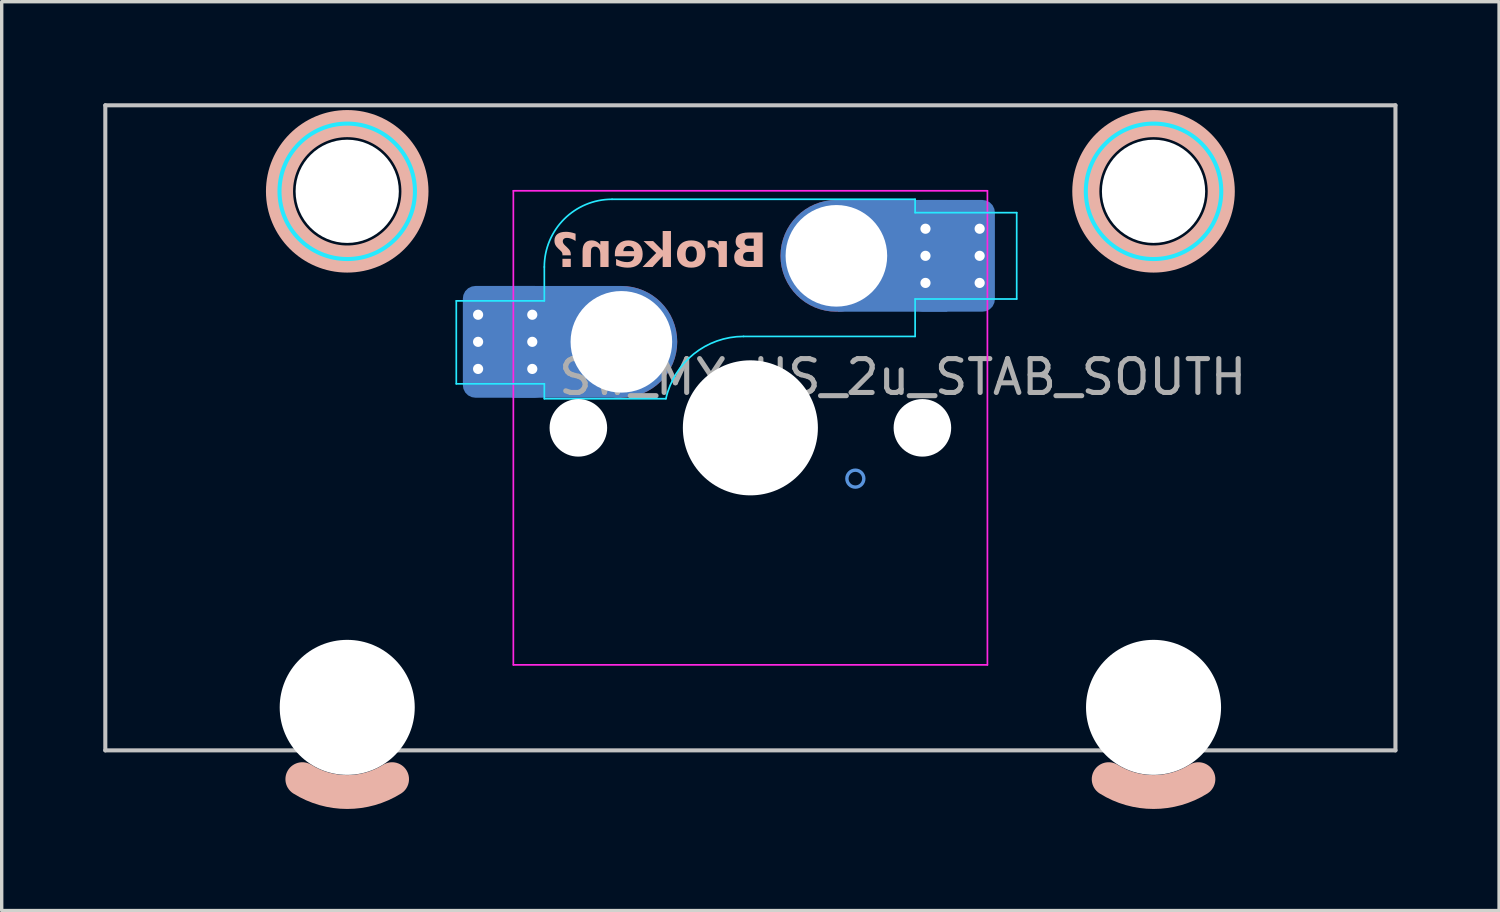
<source format=kicad_pcb>
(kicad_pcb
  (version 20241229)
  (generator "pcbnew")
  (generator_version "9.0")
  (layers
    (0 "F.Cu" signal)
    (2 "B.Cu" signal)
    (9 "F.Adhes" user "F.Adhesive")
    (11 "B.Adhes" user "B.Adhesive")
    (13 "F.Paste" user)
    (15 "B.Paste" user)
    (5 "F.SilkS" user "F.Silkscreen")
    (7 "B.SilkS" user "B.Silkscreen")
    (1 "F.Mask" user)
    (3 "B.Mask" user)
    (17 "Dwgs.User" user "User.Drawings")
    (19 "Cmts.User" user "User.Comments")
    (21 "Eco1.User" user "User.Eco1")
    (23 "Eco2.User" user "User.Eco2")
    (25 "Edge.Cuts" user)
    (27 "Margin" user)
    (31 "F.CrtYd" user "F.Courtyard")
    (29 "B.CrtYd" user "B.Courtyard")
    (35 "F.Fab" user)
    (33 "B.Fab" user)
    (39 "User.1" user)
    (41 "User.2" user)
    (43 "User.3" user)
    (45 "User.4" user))
  (footprint "SW_MX_HS_2u_STAB_SOUTH"
    (layer "F.Cu")
    (at 19.11 9.585)
    (property "Reference" "SW_MX_HS_2u_STAB_SOUTH" (at 4.5 -1.5 0) (layer "F.Fab") (effects (font (size 1 1) (thickness 0.15))))
    (attr smd)
    (fp_arc (start -10.581252 10.374995) (mid -11.90625 10.755) (end -13.231248 10.374995) (stroke (width 1) (type default)) (layer "B.SilkS"))
    (fp_arc (start 13.231248 10.374995) (mid 11.90625 10.755) (end 10.581252 10.374995) (stroke (width 1) (type default)) (layer "B.SilkS"))
    (fp_circle (center -11.906 -6.985) (end -13.906 -6.985) (stroke (width 0.8) (type solid)) (fill no) (layer "B.SilkS"))
    (fp_circle (center 11.906 -6.985) (end 9.906 -6.985) (stroke (width 0.8) (type solid)) (fill no) (layer "B.SilkS"))
    (fp_line (start -19.05 -9.525) (end -19.05 9.525) (stroke (width 0.12) (type solid)) (layer "Dwgs.User"))
    (fp_line (start -19.05 -9.525) (end 19.05 -9.525) (stroke (width 0.12) (type solid)) (layer "Dwgs.User"))
    (fp_line (start -19.05 9.525) (end 19.05 9.525) (stroke (width 0.12) (type solid)) (layer "Dwgs.User"))
    (fp_line (start 19.05 -9.525) (end 19.05 9.525) (stroke (width 0.12) (type solid)) (layer "Dwgs.User"))
    (fp_circle (center 3.1 1.5) (end 3.35 1.5) (stroke (width 0.1) (type default)) (fill no) (layer "Cmts.User"))
    (fp_line (start -15.281 -5.5) (end -15.281 7.5) (stroke (width 0.05) (type solid)) (layer "Eco2.User"))
    (fp_line (start -14.781 -6) (end -9.031 -6) (stroke (width 0.05) (type solid)) (layer "Eco2.User"))
    (fp_line (start -14.781 8) (end -9.031 8) (stroke (width 0.05) (type solid)) (layer "Eco2.User"))
    (fp_line (start -8.531 -5.5) (end -8.531 7.5) (stroke (width 0.05) (type solid)) (layer "Eco2.User"))
    (fp_line (start -7 6.5) (end -7 -6.5) (stroke (width 0.05) (type solid)) (layer "Eco2.User"))
    (fp_line (start -6.5 -7) (end 6.5 -7) (stroke (width 0.05) (type solid)) (layer "Eco2.User"))
    (fp_line (start 6.5 7) (end -6.5 7) (stroke (width 0.05) (type solid)) (layer "Eco2.User"))
    (fp_line (start 7 -6.5) (end 7 6.5) (stroke (width 0.05) (type solid)) (layer "Eco2.User"))
    (fp_line (start 8.531 -5.5) (end 8.531 7.5) (stroke (width 0.05) (type solid)) (layer "Eco2.User"))
    (fp_line (start 9.031 -6) (end 14.78 -6) (stroke (width 0.05) (type solid)) (layer "Eco2.User"))
    (fp_line (start 9.031 8) (end 14.781 8) (stroke (width 0.05) (type solid)) (layer "Eco2.User"))
    (fp_line (start 15.28 -5.5) (end 15.281 7.5) (stroke (width 0.05) (type solid)) (layer "Eco2.User"))
    (fp_arc (start -15.28125 -5.499999) (mid -15.134803 -5.853552) (end -14.78125 -5.999999) (stroke (width 0.05) (type solid)) (layer "Eco2.User"))
    (fp_arc (start -14.78125 8.000001) (mid -15.134803 7.853554) (end -15.28125 7.500001) (stroke (width 0.05) (type solid)) (layer "Eco2.User"))
    (fp_arc (start -9.03125 -5.999999) (mid -8.677697 -5.853552) (end -8.53125 -5.499999) (stroke (width 0.05) (type solid)) (layer "Eco2.User"))
    (fp_arc (start -8.53125 7.500001) (mid -8.677697 7.853554) (end -9.03125 8.000001) (stroke (width 0.05) (type solid)) (layer "Eco2.User"))
    (fp_arc (start -7 -6.5) (mid -6.853553 -6.853553) (end -6.5 -7) (stroke (width 0.05) (type solid)) (layer "Eco2.User"))
    (fp_arc (start -6.5 7) (mid -6.853553 6.853553) (end -7 6.5) (stroke (width 0.05) (type solid)) (layer "Eco2.User"))
    (fp_arc (start 6.5 -7) (mid 6.853553 -6.853553) (end 7 -6.5) (stroke (width 0.05) (type solid)) (layer "Eco2.User"))
    (fp_arc (start 6.997236 6.498884) (mid 6.850805 6.852453) (end 6.497236 6.998884) (stroke (width 0.05) (type solid)) (layer "Eco2.User"))
    (fp_arc (start 8.53125 -5.499999) (mid 8.677685 -5.853564) (end 9.03125 -5.999999) (stroke (width 0.05) (type solid)) (layer "Eco2.User"))
    (fp_arc (start 9.03125 8.000001) (mid 8.677722 7.853529) (end 8.53125 7.500001) (stroke (width 0.05) (type solid)) (layer "Eco2.User"))
    (fp_arc (start 14.780039 -5.999999) (mid 15.133573 -5.853533) (end 15.280039 -5.499999) (stroke (width 0.05) (type solid)) (layer "Eco2.User"))
    (fp_arc (start 15.28125 7.500001) (mid 15.134813 7.853564) (end 14.78125 8.000001) (stroke (width 0.05) (type solid)) (layer "Eco2.User"))
    (fp_line (start -8.685 -3.75) (end -8.685 -1.3) (stroke (width 0.05) (type solid)) (layer "B.CrtYd"))
    (fp_line (start -8.685 -1.3) (end -6.085 -1.3) (stroke (width 0.05) (type solid)) (layer "B.CrtYd"))
    (fp_line (start -6.085 -3.75) (end -8.685 -3.75) (stroke (width 0.05) (type solid)) (layer "B.CrtYd"))
    (fp_line (start -6.085 -3.75) (end -6.085 -4.75) (stroke (width 0.05) (type solid)) (layer "B.CrtYd"))
    (fp_line (start -6.085 -1.3) (end -6.085 -0.86) (stroke (width 0.05) (type solid)) (layer "B.CrtYd"))
    (fp_line (start -6.085 -0.86) (end -2.494 -0.86) (stroke (width 0.05) (type solid)) (layer "B.CrtYd"))
    (fp_line (start -4.085 -6.75) (end 4.865 -6.75) (stroke (width 0.05) (type solid)) (layer "B.CrtYd"))
    (fp_line (start 4.865 -6.75) (end 4.865 -6.355) (stroke (width 0.05) (type solid)) (layer "B.CrtYd"))
    (fp_line (start 4.865 -6.355) (end 7.865 -6.355) (stroke (width 0.05) (type solid)) (layer "B.CrtYd"))
    (fp_line (start 4.865 -3.805) (end 4.865 -2.7) (stroke (width 0.05) (type solid)) (layer "B.CrtYd"))
    (fp_line (start 4.865 -3.805) (end 7.865 -3.805) (stroke (width 0.05) (type solid)) (layer "B.CrtYd"))
    (fp_line (start 4.865 -2.7) (end -0.2 -2.7) (stroke (width 0.05) (type solid)) (layer "B.CrtYd"))
    (fp_line (start 7.865 -3.805) (end 7.865 -6.355) (stroke (width 0.05) (type solid)) (layer "B.CrtYd"))
    (fp_arc (start -6.085176 -4.75022) (mid -5.49939 -6.164434) (end -4.085176 -6.75022) (stroke (width 0.05) (type solid)) (layer "B.CrtYd"))
    (fp_arc (start -2.494322 -0.86022) (mid -1.670503 -2.183399) (end -0.2 -2.70022) (stroke (width 0.05) (type solid)) (layer "B.CrtYd"))
    (fp_circle (center -11.906 -6.985) (end -9.906 -6.985) (stroke (width 0.12) (type solid)) (fill no) (layer "B.CrtYd"))
    (fp_circle (center 11.906 -6.985) (end 13.906 -6.985) (stroke (width 0.12) (type solid)) (fill no) (layer "B.CrtYd"))
    (fp_line (start -7 -7) (end -7 7) (stroke (width 0.05) (type solid)) (layer "F.CrtYd"))
    (fp_line (start -7 7) (end 7 7) (stroke (width 0.05) (type solid)) (layer "F.CrtYd"))
    (fp_line (start 7 -7) (end -7 -7) (stroke (width 0.05) (type solid)) (layer "F.CrtYd"))
    (fp_line (start 7 7) (end 7 -7) (stroke (width 0.05) (type solid)) (layer "F.CrtYd"))
    (fp_text user "Broken?" (at 0.49 -4.58 0) (unlocked yes) (layer "B.SilkS") (effects (font (face "Hitmo2.0") (size 1 1) (thickness 0.25) (bold yes)) (justify left bottom mirror)))
    (pad "" np_thru_hole circle (at -11.906 -6.985) (size 3.048 3.048) (drill 3.048) (layers "*.Cu" "*.Mask"))
    (pad "" np_thru_hole circle (at -11.906 8.255) (size 3.988 3.988) (drill 3.988) (layers "*.Cu" "*.Mask"))
    (pad "" np_thru_hole circle (at -5.08 0) (size 1.7 1.7) (drill 1.7) (layers "*.Cu" "*.Mask"))
    (pad "" np_thru_hole circle (at 0 0) (size 3.988 3.988) (drill 3.988) (layers "*.Cu" "*.Mask"))
    (pad "" np_thru_hole circle (at 5.08 0) (size 1.7 1.7) (drill 1.7) (layers "*.Cu" "*.Mask"))
    (pad "" np_thru_hole circle (at 11.906 -6.985) (size 3.048 3.048) (drill 3.048) (layers "*.Cu" "*.Mask"))
    (pad "" np_thru_hole circle (at 11.906 8.255) (size 3.988 3.988) (drill 3.988) (layers "*.Cu" "*.Mask"))
    (pad "1" thru_hole circle (at -8.041 -3.34 180) (size 0.6 0.6) (drill 0.3) (layers "*.Cu"))
    (pad "1" thru_hole circle (at -8.041 -2.54 180) (size 0.6 0.6) (drill 0.3) (layers "*.Cu"))
    (pad "1" thru_hole circle (at -8.041 -1.74 180) (size 0.6 0.6) (drill 0.3) (layers "*.Cu"))
    (pad "1" smd roundrect (at -7.241 -2.54 180) (size 2.2 3) (layers "B.Cu" "B.Mask" "B.Paste") (roundrect_rratio 0.114))
    (pad "1" smd roundrect (at -7.241 -2.54 180) (size 2.5 3.3) (layers "B.Cu") (roundrect_rratio 0.148))
    (pad "1" thru_hole circle (at -6.441 -3.34 180) (size 0.6 0.6) (drill 0.3) (layers "*.Cu"))
    (pad "1" thru_hole circle (at -6.441 -2.54 180) (size 0.6 0.6) (drill 0.3) (layers "*.Cu"))
    (pad "1" thru_hole circle (at -6.441 -1.74 180) (size 0.6 0.6) (drill 0.3) (layers "*.Cu"))
    (pad "1" smd rect (at -5.423 -2.54 180) (size 3.226 3.3) (layers "B.Cu"))
    (pad "1" thru_hole circle (at -3.81 -2.54 180) (size 3 3) (drill 3) (layers "*.Cu" "*.Mask"))
    (pad "1" smd circle (at -3.81 -2.54 180) (size 3.3 3.3) (layers "F.Cu"))
    (pad "1" smd circle (at -3.81 -2.54 180) (size 3.3 3.3) (layers "B.Cu"))
    (pad "2" thru_hole circle (at 2.54 -5.08) (size 3 3) (drill 3) (layers "*.Cu" "*.Mask"))
    (pad "2" smd circle (at 2.54 -5.08 180) (size 3.3 3.3) (layers "F.Cu"))
    (pad "2" smd circle (at 2.54 -5.08 180) (size 3.3 3.3) (layers "B.Cu"))
    (pad "2" smd rect (at 4.201 -5.08) (size 3.226 3.3) (layers "B.Cu"))
    (pad "2" thru_hole circle (at 5.171 -5.88) (size 0.6 0.6) (drill 0.3) (layers "*.Cu"))
    (pad "2" thru_hole circle (at 5.171 -5.08) (size 0.6 0.6) (drill 0.3) (layers "*.Cu"))
    (pad "2" thru_hole circle (at 5.171 -4.28) (size 0.6 0.6) (drill 0.3) (layers "*.Cu"))
    (pad "2" smd roundrect (at 5.971 -5.08) (size 2.2 3) (layers "B.Cu" "B.Mask" "B.Paste") (roundrect_rratio 0.114))
    (pad "2" smd roundrect (at 5.971 -5.08) (size 2.5 3.3) (layers "B.Cu") (roundrect_rratio 0.148))
    (pad "2" thru_hole circle (at 6.771 -5.88) (size 0.6 0.6) (drill 0.3) (layers "*.Cu"))
    (pad "2" thru_hole circle (at 6.771 -5.08) (size 0.6 0.6) (drill 0.3) (layers "*.Cu"))
    (pad "2" thru_hole circle (at 6.771 -4.28) (size 0.6 0.6) (drill 0.3) (layers "*.Cu")))
  (gr_rect
    (start -3 -3)
    (end 41.22 23.84)
    (stroke (width 0.1) (type default))
    (fill no)
    (layer "Edge.Cuts")))
</source>
